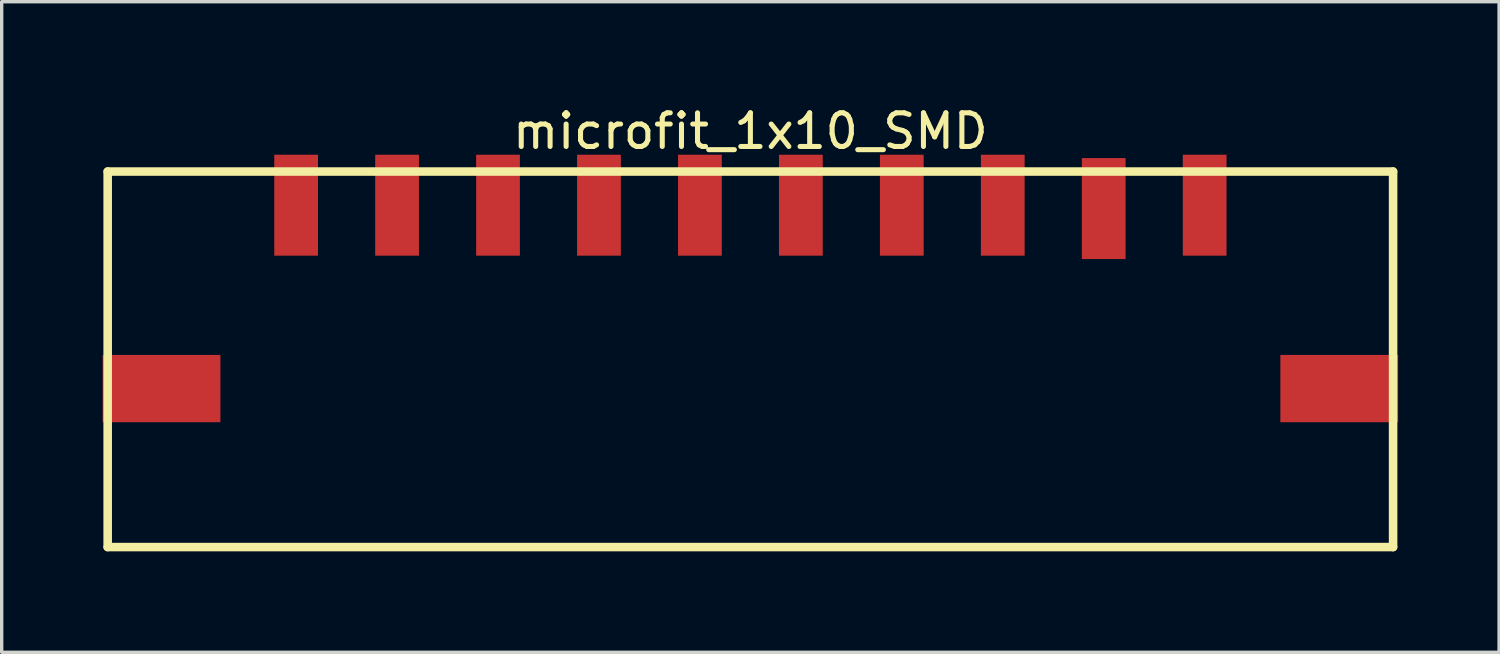
<source format=kicad_pcb>
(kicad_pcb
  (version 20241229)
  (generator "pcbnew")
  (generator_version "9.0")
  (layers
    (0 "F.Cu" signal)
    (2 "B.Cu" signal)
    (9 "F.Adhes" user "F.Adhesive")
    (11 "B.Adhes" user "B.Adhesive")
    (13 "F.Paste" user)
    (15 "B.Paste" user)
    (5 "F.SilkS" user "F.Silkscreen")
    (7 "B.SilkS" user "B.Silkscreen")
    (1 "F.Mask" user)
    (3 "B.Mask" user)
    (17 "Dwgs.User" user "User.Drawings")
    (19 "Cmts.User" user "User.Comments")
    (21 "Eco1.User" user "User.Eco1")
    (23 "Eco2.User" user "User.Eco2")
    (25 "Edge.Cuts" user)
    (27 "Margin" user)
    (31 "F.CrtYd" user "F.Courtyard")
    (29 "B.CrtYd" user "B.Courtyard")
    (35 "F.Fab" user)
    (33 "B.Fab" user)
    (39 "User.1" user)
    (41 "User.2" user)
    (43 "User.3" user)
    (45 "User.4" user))
  (footprint "microfit_1x10_SMD"
    (layer "F.Cu")
    (at 19.25 5.773)
    (property "Reference" "microfit_1x10_SMD" (at 0 -4.925 0) (layer "F.SilkS") (effects (font (size 1 1) (thickness 0.15))))
    (fp_line (start -19.1 -3.725) (end 19.1 -3.725) (stroke (width 0.254) (type solid)) (layer "F.SilkS"))
    (fp_line (start -19.1 7.435) (end -19.1 -3.725) (stroke (width 0.254) (type solid)) (layer "F.SilkS"))
    (fp_line (start -19.1 7.435) (end 19.1 7.435) (stroke (width 0.254) (type solid)) (layer "F.SilkS"))
    (fp_line (start 19.1 7.435) (end 19.1 -3.725) (stroke (width 0.254) (type solid)) (layer "F.SilkS"))
    (pad "0" smd rect (at -17.5 2.725 90) (size 2 3.5) (layers "F.Cu" "F.Mask" "F.Paste"))
    (pad "0" smd rect (at 17.5 2.725 90) (size 2 3.5) (layers "F.Cu" "F.Mask" "F.Paste"))
    (pad "1" smd rect (at -13.5 -2.725) (size 1.3 3) (layers "F.Cu" "F.Mask" "F.Paste"))
    (pad "2" smd rect (at -10.5 -2.725) (size 1.3 3) (layers "F.Cu" "F.Mask" "F.Paste"))
    (pad "3" smd rect (at -7.5 -2.725) (size 1.3 3) (layers "F.Cu" "F.Mask" "F.Paste"))
    (pad "4" smd rect (at -4.5 -2.725) (size 1.3 3) (layers "F.Cu" "F.Mask" "F.Paste"))
    (pad "5" smd rect (at -1.5 -2.725) (size 1.3 3) (layers "F.Cu" "F.Mask" "F.Paste"))
    (pad "6" smd rect (at 1.5 -2.725) (size 1.3 3) (layers "F.Cu" "F.Mask" "F.Paste"))
    (pad "7" smd rect (at 4.5 -2.725) (size 1.3 3) (layers "F.Cu" "F.Mask" "F.Paste"))
    (pad "8" smd rect (at 7.5 -2.725) (size 1.3 3) (layers "F.Cu" "F.Mask" "F.Paste"))
    (pad "9" smd rect (at 10.5 -2.625) (size 1.3 3) (layers "F.Cu" "F.Mask" "F.Paste"))
    (pad "10" smd rect (at 13.5 -2.725) (size 1.3 3) (layers "F.Cu" "F.Mask" "F.Paste")))
  (gr_rect
    (start -3 -3)
    (end 41.5 16.335)
    (stroke (width 0.1) (type default))
    (fill no)
    (layer "Edge.Cuts")))
</source>
